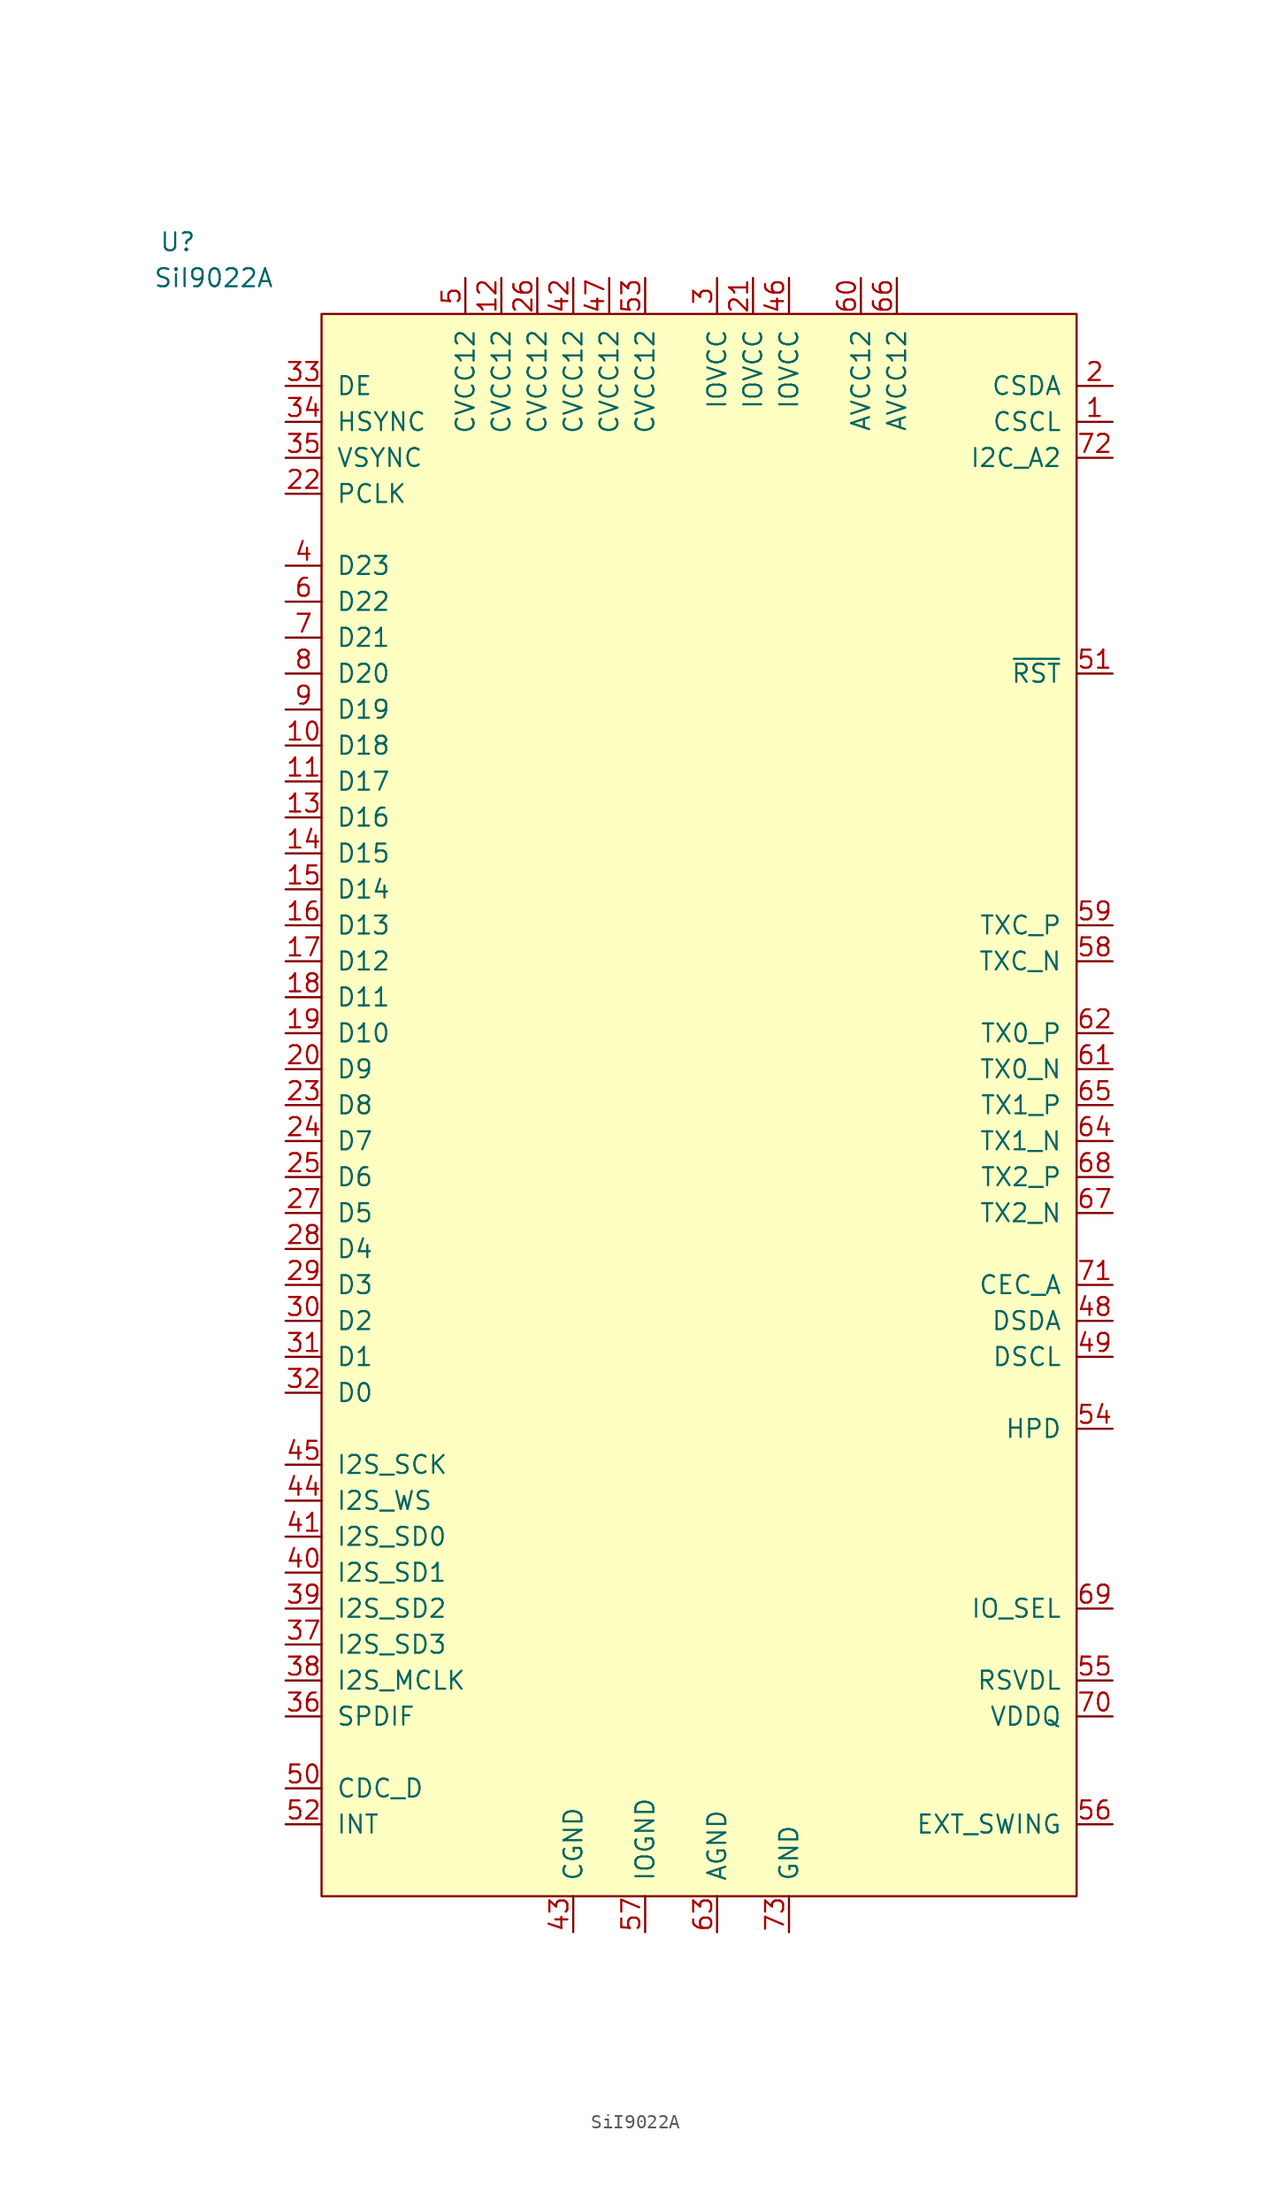
<source format=kicad_sym>
(kicad_symbol_lib
  (version 20241209)
  (generator "kicad_symbol_editor")
  (generator_version "9.0")
  (symbol "SiI9022A"
    (pin_names
      (offset 1.016))
    (property "Reference" "U"
      (at -10.16 5.08 0)
      (effects (font (size 1.27 1.27))))
    (property "Value" "SiI9022A"
      (at -7.62 2.54 0)
      (effects (font (size 1.27 1.27))))
    (symbol "SiI9022A_0_1"
      (rectangle (start 0 0) (end 53.34 -111.76) (stroke (width 0) (type solid)) (fill (type background))))
    (symbol "SiI9022A_1_1"
      (pin input line (at -2.54 -5.08 0) (length 2.54) (name "DE" (effects (font (size 1.27 1.27)))) (number "33" (effects (font (size 1.27 1.27)))))
      (pin input line (at -2.54 -7.62 0) (length 2.54) (name "HSYNC" (effects (font (size 1.27 1.27)))) (number "34" (effects (font (size 1.27 1.27)))))
      (pin input line (at -2.54 -10.16 0) (length 2.54) (name "VSYNC" (effects (font (size 1.27 1.27)))) (number "35" (effects (font (size 1.27 1.27)))))
      (pin input line (at -2.54 -12.7 0) (length 2.54) (name "PCLK" (effects (font (size 1.27 1.27)))) (number "22" (effects (font (size 1.27 1.27)))))
      (pin input line (at -2.54 -17.78 0) (length 2.54) (name "D23" (effects (font (size 1.27 1.27)))) (number "4" (effects (font (size 1.27 1.27)))))
      (pin input line (at -2.54 -20.32 0) (length 2.54) (name "D22" (effects (font (size 1.27 1.27)))) (number "6" (effects (font (size 1.27 1.27)))))
      (pin input line (at -2.54 -22.86 0) (length 2.54) (name "D21" (effects (font (size 1.27 1.27)))) (number "7" (effects (font (size 1.27 1.27)))))
      (pin input line (at -2.54 -25.4 0) (length 2.54) (name "D20" (effects (font (size 1.27 1.27)))) (number "8" (effects (font (size 1.27 1.27)))))
      (pin input line (at -2.54 -27.94 0) (length 2.54) (name "D19" (effects (font (size 1.27 1.27)))) (number "9" (effects (font (size 1.27 1.27)))))
      (pin input line (at -2.54 -30.48 0) (length 2.54) (name "D18" (effects (font (size 1.27 1.27)))) (number "10" (effects (font (size 1.27 1.27)))))
      (pin input line (at -2.54 -33.02 0) (length 2.54) (name "D17" (effects (font (size 1.27 1.27)))) (number "11" (effects (font (size 1.27 1.27)))))
      (pin input line (at -2.54 -35.56 0) (length 2.54) (name "D16" (effects (font (size 1.27 1.27)))) (number "13" (effects (font (size 1.27 1.27)))))
      (pin input line (at -2.54 -38.1 0) (length 2.54) (name "D15" (effects (font (size 1.27 1.27)))) (number "14" (effects (font (size 1.27 1.27)))))
      (pin input line (at -2.54 -40.64 0) (length 2.54) (name "D14" (effects (font (size 1.27 1.27)))) (number "15" (effects (font (size 1.27 1.27)))))
      (pin input line (at -2.54 -43.18 0) (length 2.54) (name "D13" (effects (font (size 1.27 1.27)))) (number "16" (effects (font (size 1.27 1.27)))))
      (pin input line (at -2.54 -45.72 0) (length 2.54) (name "D12" (effects (font (size 1.27 1.27)))) (number "17" (effects (font (size 1.27 1.27)))))
      (pin input line (at -2.54 -48.26 0) (length 2.54) (name "D11" (effects (font (size 1.27 1.27)))) (number "18" (effects (font (size 1.27 1.27)))))
      (pin input line (at -2.54 -50.8 0) (length 2.54) (name "D10" (effects (font (size 1.27 1.27)))) (number "19" (effects (font (size 1.27 1.27)))))
      (pin input line (at -2.54 -53.34 0) (length 2.54) (name "D9" (effects (font (size 1.27 1.27)))) (number "20" (effects (font (size 1.27 1.27)))))
      (pin input line (at -2.54 -55.88 0) (length 2.54) (name "D8" (effects (font (size 1.27 1.27)))) (number "23" (effects (font (size 1.27 1.27)))))
      (pin input line (at -2.54 -58.42 0) (length 2.54) (name "D7" (effects (font (size 1.27 1.27)))) (number "24" (effects (font (size 1.27 1.27)))))
      (pin input line (at -2.54 -60.96 0) (length 2.54) (name "D6" (effects (font (size 1.27 1.27)))) (number "25" (effects (font (size 1.27 1.27)))))
      (pin input line (at -2.54 -63.5 0) (length 2.54) (name "D5" (effects (font (size 1.27 1.27)))) (number "27" (effects (font (size 1.27 1.27)))))
      (pin input line (at -2.54 -66.04 0) (length 2.54) (name "D4" (effects (font (size 1.27 1.27)))) (number "28" (effects (font (size 1.27 1.27)))))
      (pin input line (at -2.54 -68.58 0) (length 2.54) (name "D3" (effects (font (size 1.27 1.27)))) (number "29" (effects (font (size 1.27 1.27)))))
      (pin input line (at -2.54 -71.12 0) (length 2.54) (name "D2" (effects (font (size 1.27 1.27)))) (number "30" (effects (font (size 1.27 1.27)))))
      (pin input line (at -2.54 -73.66 0) (length 2.54) (name "D1" (effects (font (size 1.27 1.27)))) (number "31" (effects (font (size 1.27 1.27)))))
      (pin input line (at -2.54 -76.2 0) (length 2.54) (name "D0" (effects (font (size 1.27 1.27)))) (number "32" (effects (font (size 1.27 1.27)))))
      (pin input line (at -2.54 -81.28 0) (length 2.54) (name "I2S_SCK" (effects (font (size 1.27 1.27)))) (number "45" (effects (font (size 1.27 1.27)))))
      (pin input line (at -2.54 -83.82 0) (length 2.54) (name "I2S_WS" (effects (font (size 1.27 1.27)))) (number "44" (effects (font (size 1.27 1.27)))))
      (pin input line (at -2.54 -86.36 0) (length 2.54) (name "I2S_SD0" (effects (font (size 1.27 1.27)))) (number "41" (effects (font (size 1.27 1.27)))))
      (pin input line (at -2.54 -88.9 0) (length 2.54) (name "I2S_SD1" (effects (font (size 1.27 1.27)))) (number "40" (effects (font (size 1.27 1.27)))))
      (pin input line (at -2.54 -91.44 0) (length 2.54) (name "I2S_SD2" (effects (font (size 1.27 1.27)))) (number "39" (effects (font (size 1.27 1.27)))))
      (pin input line (at -2.54 -93.98 0) (length 2.54) (name "I2S_SD3" (effects (font (size 1.27 1.27)))) (number "37" (effects (font (size 1.27 1.27)))))
      (pin output line (at -2.54 -96.52 0) (length 2.54) (name "I2S_MCLK" (effects (font (size 1.27 1.27)))) (number "38" (effects (font (size 1.27 1.27)))))
      (pin output line (at -2.54 -99.06 0) (length 2.54) (name "SPDIF" (effects (font (size 1.27 1.27)))) (number "36" (effects (font (size 1.27 1.27)))))
      (pin output line (at -2.54 -104.14 0) (length 2.54) (name "CDC_D" (effects (font (size 1.27 1.27)))) (number "50" (effects (font (size 1.27 1.27)))))
      (pin output line (at -2.54 -106.68 0) (length 2.54) (name "INT" (effects (font (size 1.27 1.27)))) (number "52" (effects (font (size 1.27 1.27)))))
      (pin power_in line (at 10.16 2.54 270) (length 2.54) (name "CVCC12" (effects (font (size 1.27 1.27)))) (number "5" (effects (font (size 1.27 1.27)))))
      (pin power_in line (at 12.7 2.54 270) (length 2.54) (name "CVCC12" (effects (font (size 1.27 1.27)))) (number "12" (effects (font (size 1.27 1.27)))))
      (pin power_in line (at 15.24 2.54 270) (length 2.54) (name "CVCC12" (effects (font (size 1.27 1.27)))) (number "26" (effects (font (size 1.27 1.27)))))
      (pin power_in line (at 17.78 2.54 270) (length 2.54) (name "CVCC12" (effects (font (size 1.27 1.27)))) (number "42" (effects (font (size 1.27 1.27)))))
      (pin power_in line (at 17.78 -114.3 90) (length 2.54) (name "CGND" (effects (font (size 1.27 1.27)))) (number "43" (effects (font (size 1.27 1.27)))))
      (pin power_in line (at 20.32 2.54 270) (length 2.54) (name "CVCC12" (effects (font (size 1.27 1.27)))) (number "47" (effects (font (size 1.27 1.27)))))
      (pin power_in line (at 22.86 2.54 270) (length 2.54) (name "CVCC12" (effects (font (size 1.27 1.27)))) (number "53" (effects (font (size 1.27 1.27)))))
      (pin power_in line (at 22.86 -114.3 90) (length 2.54) (name "IOGND" (effects (font (size 1.27 1.27)))) (number "57" (effects (font (size 1.27 1.27)))))
      (pin power_in line (at 27.94 2.54 270) (length 2.54) (name "IOVCC" (effects (font (size 1.27 1.27)))) (number "3" (effects (font (size 1.27 1.27)))))
      (pin power_in line (at 27.94 -114.3 90) (length 2.54) (name "AGND" (effects (font (size 1.27 1.27)))) (number "63" (effects (font (size 1.27 1.27)))))
      (pin power_in line (at 30.48 2.54 270) (length 2.54) (name "IOVCC" (effects (font (size 1.27 1.27)))) (number "21" (effects (font (size 1.27 1.27)))))
      (pin power_in line (at 33.02 2.54 270) (length 2.54) (name "IOVCC" (effects (font (size 1.27 1.27)))) (number "46" (effects (font (size 1.27 1.27)))))
      (pin power_in line (at 33.02 -114.3 90) (length 2.54) (name "GND" (effects (font (size 1.27 1.27)))) (number "73" (effects (font (size 1.27 1.27)))))
      (pin power_in line (at 38.1 2.54 270) (length 2.54) (name "AVCC12" (effects (font (size 1.27 1.27)))) (number "60" (effects (font (size 1.27 1.27)))))
      (pin power_in line (at 40.64 2.54 270) (length 2.54) (name "AVCC12" (effects (font (size 1.27 1.27)))) (number "66" (effects (font (size 1.27 1.27)))))
      (pin bidirectional line (at 55.88 -5.08 180) (length 2.54) (name "CSDA" (effects (font (size 1.27 1.27)))) (number "2" (effects (font (size 1.27 1.27)))))
      (pin input line (at 55.88 -7.62 180) (length 2.54) (name "CSCL" (effects (font (size 1.27 1.27)))) (number "1" (effects (font (size 1.27 1.27)))))
      (pin input line (at 55.88 -10.16 180) (length 2.54) (name "I2C_A2" (effects (font (size 1.27 1.27)))) (number "72" (effects (font (size 1.27 1.27)))))
      (pin input line (at 55.88 -25.4 180) (length 2.54) (name "~{RST}" (effects (font (size 1.27 1.27)))) (number "51" (effects (font (size 1.27 1.27)))))
      (pin output line (at 55.88 -43.18 180) (length 2.54) (name "TXC_P" (effects (font (size 1.27 1.27)))) (number "59" (effects (font (size 1.27 1.27)))))
      (pin output line (at 55.88 -45.72 180) (length 2.54) (name "TXC_N" (effects (font (size 1.27 1.27)))) (number "58" (effects (font (size 1.27 1.27)))))
      (pin output line (at 55.88 -50.8 180) (length 2.54) (name "TX0_P" (effects (font (size 1.27 1.27)))) (number "62" (effects (font (size 1.27 1.27)))))
      (pin output line (at 55.88 -53.34 180) (length 2.54) (name "TX0_N" (effects (font (size 1.27 1.27)))) (number "61" (effects (font (size 1.27 1.27)))))
      (pin output line (at 55.88 -55.88 180) (length 2.54) (name "TX1_P" (effects (font (size 1.27 1.27)))) (number "65" (effects (font (size 1.27 1.27)))))
      (pin output line (at 55.88 -58.42 180) (length 2.54) (name "TX1_N" (effects (font (size 1.27 1.27)))) (number "64" (effects (font (size 1.27 1.27)))))
      (pin output line (at 55.88 -60.96 180) (length 2.54) (name "TX2_P" (effects (font (size 1.27 1.27)))) (number "68" (effects (font (size 1.27 1.27)))))
      (pin output line (at 55.88 -63.5 180) (length 2.54) (name "TX2_N" (effects (font (size 1.27 1.27)))) (number "67" (effects (font (size 1.27 1.27)))))
      (pin bidirectional line (at 55.88 -68.58 180) (length 2.54) (name "CEC_A" (effects (font (size 1.27 1.27)))) (number "71" (effects (font (size 1.27 1.27)))))
      (pin bidirectional line (at 55.88 -71.12 180) (length 2.54) (name "DSDA" (effects (font (size 1.27 1.27)))) (number "48" (effects (font (size 1.27 1.27)))))
      (pin input line (at 55.88 -73.66 180) (length 2.54) (name "DSCL" (effects (font (size 1.27 1.27)))) (number "49" (effects (font (size 1.27 1.27)))))
      (pin input line (at 55.88 -78.74 180) (length 2.54) (name "HPD" (effects (font (size 1.27 1.27)))) (number "54" (effects (font (size 1.27 1.27)))))
      (pin input line (at 55.88 -91.44 180) (length 2.54) (name "IO_SEL" (effects (font (size 1.27 1.27)))) (number "69" (effects (font (size 1.27 1.27)))))
      (pin input line (at 55.88 -96.52 180) (length 2.54) (name "RSVDL" (effects (font (size 1.27 1.27)))) (number "55" (effects (font (size 1.27 1.27)))))
      (pin input line (at 55.88 -99.06 180) (length 2.54) (name "VDDQ" (effects (font (size 1.27 1.27)))) (number "70" (effects (font (size 1.27 1.27)))))
      (pin passive line (at 55.88 -106.68 180) (length 2.54) (name "EXT_SWING" (effects (font (size 1.27 1.27)))) (number "56" (effects (font (size 1.27 1.27))))))))
</source>
